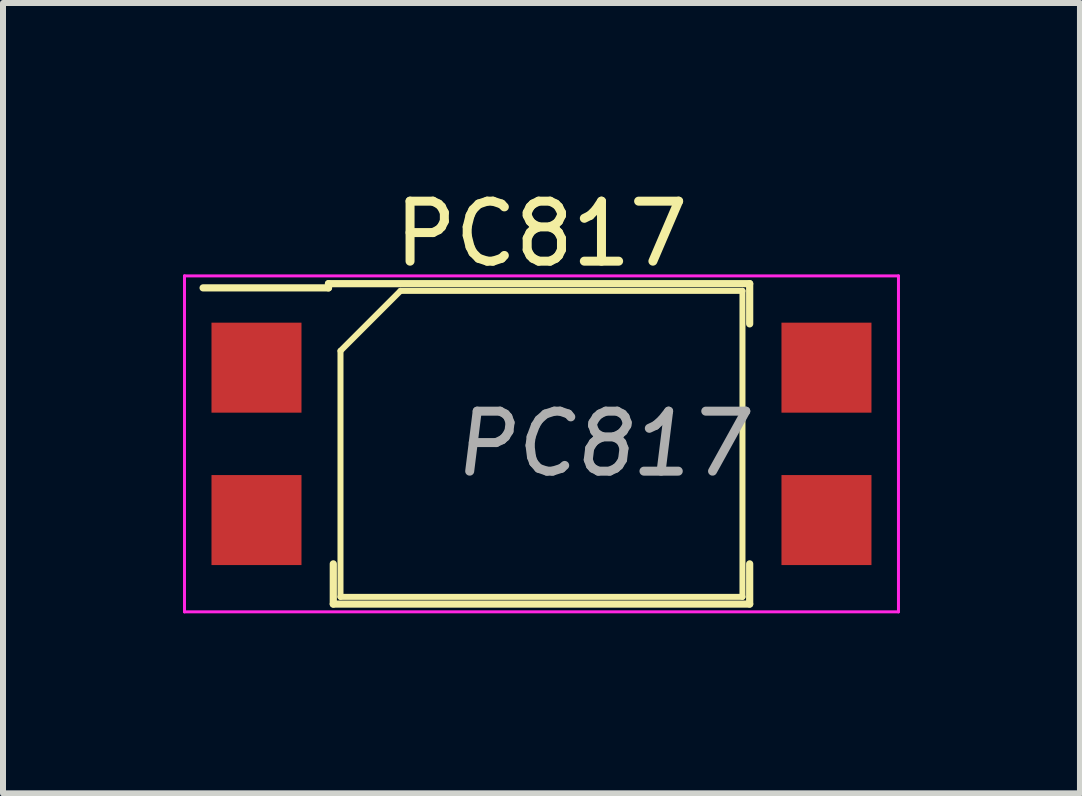
<source format=kicad_pcb>
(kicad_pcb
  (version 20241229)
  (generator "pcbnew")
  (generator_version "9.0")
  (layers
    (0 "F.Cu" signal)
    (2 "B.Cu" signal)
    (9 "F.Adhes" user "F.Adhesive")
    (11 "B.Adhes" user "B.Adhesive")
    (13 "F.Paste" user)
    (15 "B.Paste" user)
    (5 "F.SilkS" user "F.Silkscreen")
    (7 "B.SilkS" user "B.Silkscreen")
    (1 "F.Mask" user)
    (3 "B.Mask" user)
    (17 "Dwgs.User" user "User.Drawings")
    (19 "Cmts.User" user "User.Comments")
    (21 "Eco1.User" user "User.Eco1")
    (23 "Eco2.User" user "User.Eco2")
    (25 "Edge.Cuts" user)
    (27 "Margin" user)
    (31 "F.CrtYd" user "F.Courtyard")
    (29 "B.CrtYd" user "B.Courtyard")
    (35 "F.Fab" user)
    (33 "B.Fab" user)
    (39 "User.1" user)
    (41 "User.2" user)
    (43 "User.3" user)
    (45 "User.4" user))
  (footprint "PC817"
    (layer "F.Cu")
    (at 5.975 4.348)
    (property "Reference" "PC817" (at 0 -3.5 180) (layer "F.SilkS") (effects (font (size 1 1) (thickness 0.15))))
    (attr smd)
    (fp_line (start -3.55 -2.6) (end -5.64 -2.6) (stroke (width 0.12) (type solid)) (layer "F.SilkS"))
    (fp_line (start -3.55 -2.6) (end -3.55 -2.67) (stroke (width 0.12) (type solid)) (layer "F.SilkS"))
    (fp_line (start -3.47 2) (end -3.47 2.67) (stroke (width 0.12) (type solid)) (layer "F.SilkS"))
    (fp_line (start -3.47 2.67) (end 3.47 2.67) (stroke (width 0.12) (type solid)) (layer "F.SilkS"))
    (fp_line (start -3.35 2.55) (end -3.35 -1.55) (stroke (width 0.1) (type solid)) (layer "F.SilkS"))
    (fp_line (start -2.35 -2.55) (end -3.35 -1.55) (stroke (width 0.1) (type solid)) (layer "F.SilkS"))
    (fp_line (start 3.35 -2.55) (end -2.35 -2.55) (stroke (width 0.1) (type solid)) (layer "F.SilkS"))
    (fp_line (start 3.35 -2.55) (end 3.35 2.55) (stroke (width 0.1) (type solid)) (layer "F.SilkS"))
    (fp_line (start 3.35 2.55) (end -3.35 2.55) (stroke (width 0.1) (type solid)) (layer "F.SilkS"))
    (fp_line (start 3.47 -2.67) (end -3.55 -2.67) (stroke (width 0.12) (type solid)) (layer "F.SilkS"))
    (fp_line (start 3.47 -2.67) (end 3.47 -2) (stroke (width 0.12) (type solid)) (layer "F.SilkS"))
    (fp_line (start 3.47 2) (end 3.47 2.67) (stroke (width 0.12) (type solid)) (layer "F.SilkS"))
    (fp_line (start -5.95 -2.8) (end -5.95 2.8) (stroke (width 0.05) (type solid)) (layer "F.CrtYd"))
    (fp_line (start -5.95 -2.8) (end 5.95 -2.8) (stroke (width 0.05) (type solid)) (layer "F.CrtYd"))
    (fp_line (start 5.95 2.8) (end -5.95 2.8) (stroke (width 0.05) (type solid)) (layer "F.CrtYd"))
    (fp_line (start 5.95 2.8) (end 5.95 -2.8) (stroke (width 0.05) (type solid)) (layer "F.CrtYd"))
    (fp_text user "${REFERENCE}" (at 1 0 180) (layer "F.Fab") (effects (font (size 1 1) (thickness 0.15) (italic yes))))
    (pad "1" smd rect (at -4.75 -1.27) (size 1.5 1.5) (layers "F.Cu" "F.Mask" "F.Paste"))
    (pad "2" smd rect (at -4.75 1.27) (size 1.5 1.5) (layers "F.Cu" "F.Mask" "F.Paste"))
    (pad "3" smd rect (at 4.75 1.27) (size 1.5 1.5) (layers "F.Cu" "F.Mask" "F.Paste"))
    (pad "4" smd rect (at 4.75 -1.27) (size 1.5 1.5) (layers "F.Cu" "F.Mask" "F.Paste")))
  (gr_rect
    (start -3 -3)
    (end 14.95 10.173)
    (stroke (width 0.1) (type default))
    (fill no)
    (layer "Edge.Cuts")))
</source>
